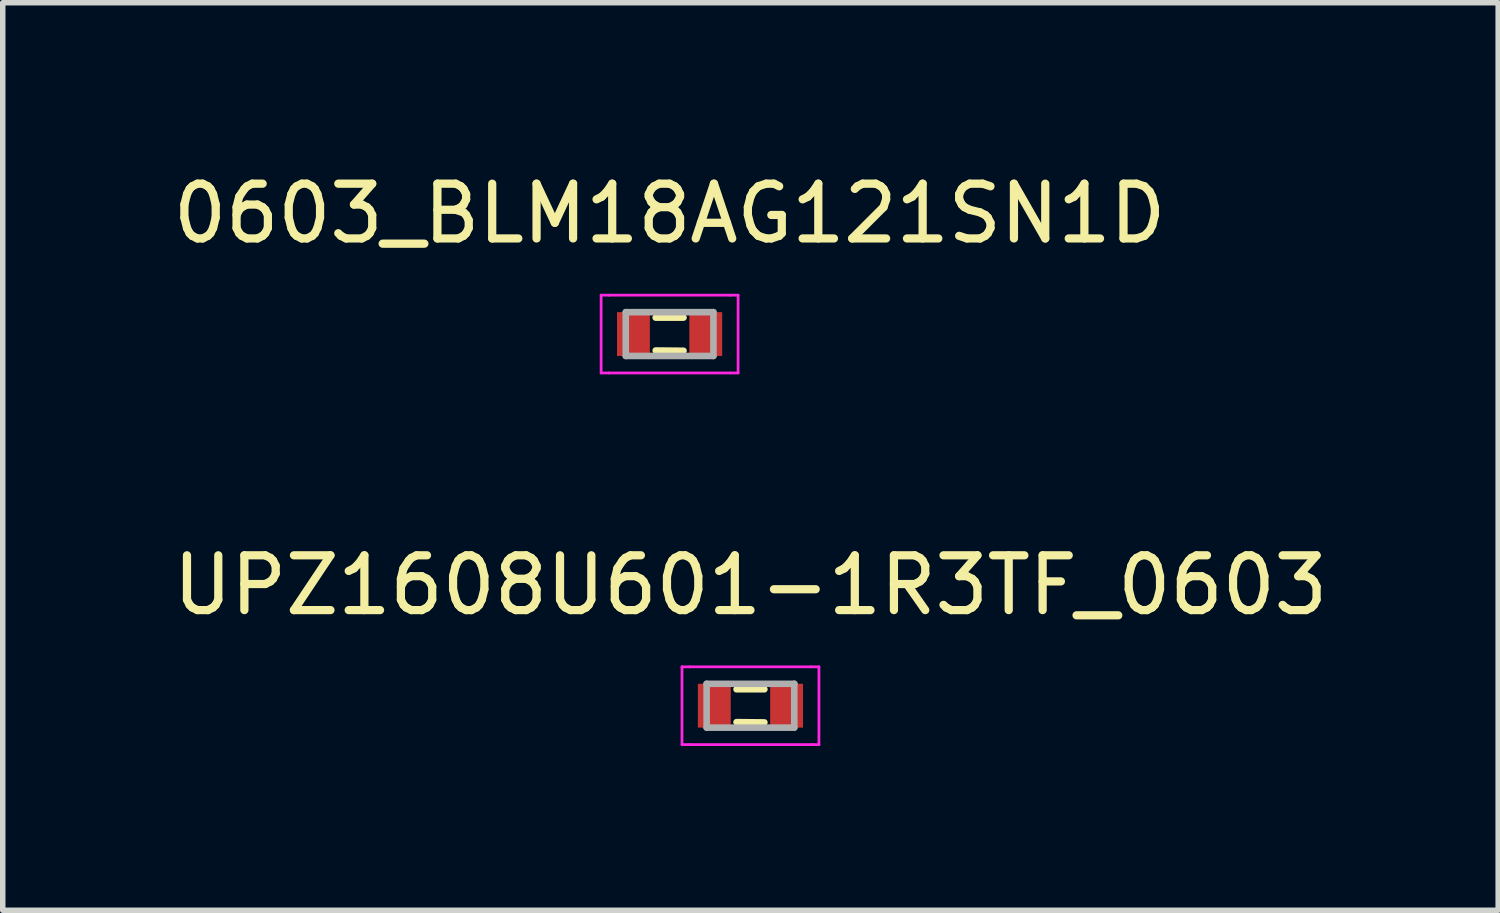
<source format=kicad_pcb>
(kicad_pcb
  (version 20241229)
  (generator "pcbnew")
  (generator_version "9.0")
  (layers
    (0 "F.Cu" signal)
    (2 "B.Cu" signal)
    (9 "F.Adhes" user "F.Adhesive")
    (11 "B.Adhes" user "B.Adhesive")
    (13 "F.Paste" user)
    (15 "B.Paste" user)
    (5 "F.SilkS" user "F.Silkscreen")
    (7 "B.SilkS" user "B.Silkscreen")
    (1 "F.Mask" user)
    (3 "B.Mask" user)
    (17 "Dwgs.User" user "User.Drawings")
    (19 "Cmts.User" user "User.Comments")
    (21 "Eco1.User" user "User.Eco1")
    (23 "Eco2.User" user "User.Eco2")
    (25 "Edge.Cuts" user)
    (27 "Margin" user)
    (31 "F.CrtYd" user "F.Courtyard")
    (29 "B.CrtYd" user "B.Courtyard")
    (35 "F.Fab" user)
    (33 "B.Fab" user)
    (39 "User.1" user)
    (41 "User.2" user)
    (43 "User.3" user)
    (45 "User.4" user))
  (footprint "0603_BLM18AG121SN1D"
    (layer "F.Cu")
    (at 9.173 3.048)
    (property "Reference" "0603_BLM18AG121SN1D" (at 0 -2.2 0) (layer "F.SilkS") (effects (font (size 1 1) (thickness 0.15))))
    (attr smd)
    (fp_line (start -0.254 -0.3) (end 0.254 -0.3) (stroke (width 0.12) (type solid)) (layer "F.SilkS"))
    (fp_line (start -0.254 0.3) (end 0.254 0.305) (stroke (width 0.12) (type solid)) (layer "F.SilkS"))
    (fp_line (start -1.25 0.71) (end -1.25 -0.71) (stroke (width 0.05) (type solid)) (layer "F.CrtYd"))
    (fp_line (start -1.11 -0.71) (end -1.25 -0.71) (stroke (width 0.05) (type solid)) (layer "F.CrtYd"))
    (fp_line (start -1.11 -0.71) (end 1.11 -0.71) (stroke (width 0.05) (type solid)) (layer "F.CrtYd"))
    (fp_line (start -1.11 0.71) (end -1.25 0.71) (stroke (width 0.05) (type solid)) (layer "F.CrtYd"))
    (fp_line (start 1.11 -0.71) (end 1.25 -0.71) (stroke (width 0.05) (type solid)) (layer "F.CrtYd"))
    (fp_line (start 1.11 0.71) (end -1.11 0.71) (stroke (width 0.05) (type solid)) (layer "F.CrtYd"))
    (fp_line (start 1.11 0.71) (end 1.25 0.71) (stroke (width 0.05) (type solid)) (layer "F.CrtYd"))
    (fp_line (start 1.25 -0.71) (end 1.25 0.71) (stroke (width 0.05) (type solid)) (layer "F.CrtYd"))
    (fp_line (start -0.8 -0.4) (end -0.8 0.4) (stroke (width 0.12) (type solid)) (layer "F.Fab"))
    (fp_line (start -0.8 0.4) (end 0.8 0.4) (stroke (width 0.12) (type solid)) (layer "F.Fab"))
    (fp_line (start 0.8 -0.4) (end -0.8 -0.4) (stroke (width 0.12) (type solid)) (layer "F.Fab"))
    (fp_line (start 0.8 0.4) (end 0.8 -0.4) (stroke (width 0.12) (type solid)) (layer "F.Fab"))
    (pad "1" smd rect (at -0.66 0) (size 0.6 0.8) (layers "F.Cu" "F.Mask" "F.Paste"))
    (pad "2" smd rect (at 0.66 0) (size 0.6 0.8) (layers "F.Cu" "F.Mask" "F.Paste")))
  (footprint "UPZ1608U601-1R3TF_0603"
    (layer "F.Cu")
    (at 10.649 9.832)
    (property "Reference" "UPZ1608U601-1R3TF_0603" (at 0 -2.2 0) (layer "F.SilkS") (effects (font (size 1 1) (thickness 0.15))))
    (attr smd)
    (fp_line (start -0.254 -0.3) (end 0.254 -0.3) (stroke (width 0.12) (type solid)) (layer "F.SilkS"))
    (fp_line (start -0.254 0.3) (end 0.254 0.305) (stroke (width 0.12) (type solid)) (layer "F.SilkS"))
    (fp_line (start -1.25 0.71) (end -1.25 -0.71) (stroke (width 0.05) (type solid)) (layer "F.CrtYd"))
    (fp_line (start -1.11 -0.71) (end -1.25 -0.71) (stroke (width 0.05) (type solid)) (layer "F.CrtYd"))
    (fp_line (start -1.11 -0.71) (end 1.11 -0.71) (stroke (width 0.05) (type solid)) (layer "F.CrtYd"))
    (fp_line (start -1.11 0.71) (end -1.25 0.71) (stroke (width 0.05) (type solid)) (layer "F.CrtYd"))
    (fp_line (start 1.11 -0.71) (end 1.25 -0.71) (stroke (width 0.05) (type solid)) (layer "F.CrtYd"))
    (fp_line (start 1.11 0.71) (end -1.11 0.71) (stroke (width 0.05) (type solid)) (layer "F.CrtYd"))
    (fp_line (start 1.11 0.71) (end 1.25 0.71) (stroke (width 0.05) (type solid)) (layer "F.CrtYd"))
    (fp_line (start 1.25 -0.71) (end 1.25 0.71) (stroke (width 0.05) (type solid)) (layer "F.CrtYd"))
    (fp_line (start -0.8 -0.4) (end -0.8 0.4) (stroke (width 0.12) (type solid)) (layer "F.Fab"))
    (fp_line (start -0.8 0.4) (end 0.8 0.4) (stroke (width 0.12) (type solid)) (layer "F.Fab"))
    (fp_line (start 0.8 -0.4) (end -0.8 -0.4) (stroke (width 0.12) (type solid)) (layer "F.Fab"))
    (fp_line (start 0.8 0.4) (end 0.8 -0.4) (stroke (width 0.12) (type solid)) (layer "F.Fab"))
    (pad "1" smd rect (at -0.66 0) (size 0.6 0.8) (layers "F.Cu" "F.Mask" "F.Paste"))
    (pad "2" smd rect (at 0.66 0) (size 0.6 0.8) (layers "F.Cu" "F.Mask" "F.Paste")))
  (gr_rect
    (start -3 -3)
    (end 24.298 13.566)
    (stroke (width 0.1) (type default))
    (fill no)
    (layer "Edge.Cuts")))
</source>
